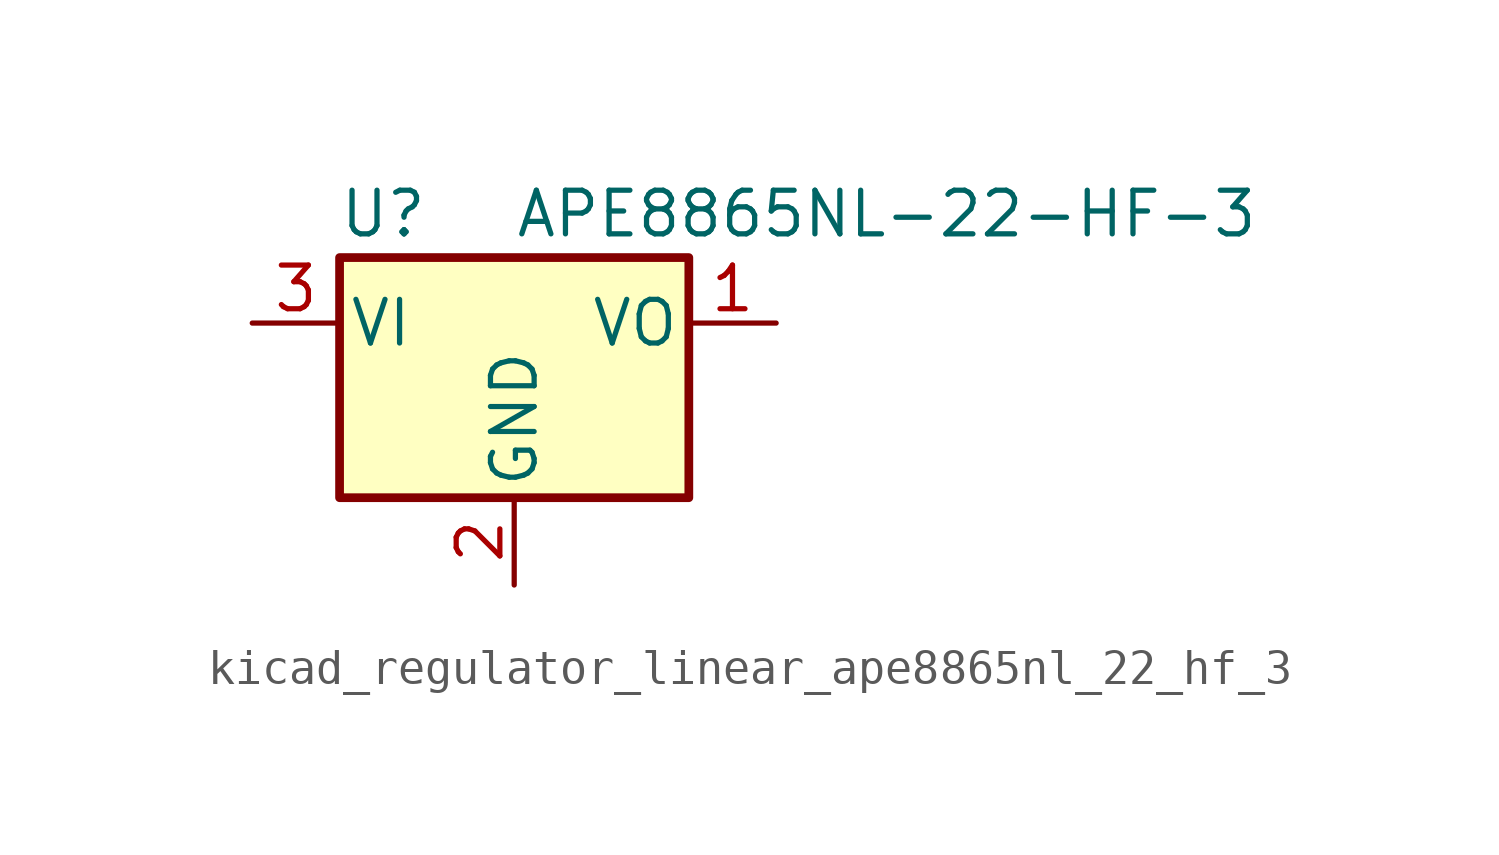
<source format=kicad_sym>
(kicad_symbol_lib
  (version 20220914)
  (generator kicad_symbol_editor)
  (symbol "kicad_regulator_linear_ape8865nl_22_hf_3"
    (pin_names
      (offset 0.254))
    (property "Reference" "U"
      (at -3.81 3.175 0)
      (effects (font (size 1.27 1.27))))
    (property "Value" "APE8865NL-22-HF-3"
      (at 0 3.175 0)
      (effects (font (size 1.27 1.27)) (justify left)))
    (symbol "kicad_regulator_linear_ape8865nl_22_hf_3_0_1"
      (rectangle (start -5.08 1.905) (end 5.08 -5.08) (stroke (width 0.254) (type default)) (fill (type background))))
    (symbol "kicad_regulator_linear_ape8865nl_22_hf_3_1_1"
      (pin power_out line (at 7.62 0 180) (length 2.54) (name "VO" (effects (font (size 1.27 1.27)))) (number "1" (effects (font (size 1.27 1.27)))))
      (pin power_in line (at 0 -7.62 90) (length 2.54) (name "GND" (effects (font (size 1.27 1.27)))) (number "2" (effects (font (size 1.27 1.27)))))
      (pin power_in line (at -7.62 0 0) (length 2.54) (name "VI" (effects (font (size 1.27 1.27)))) (number "3" (effects (font (size 1.27 1.27))))))))
</source>
